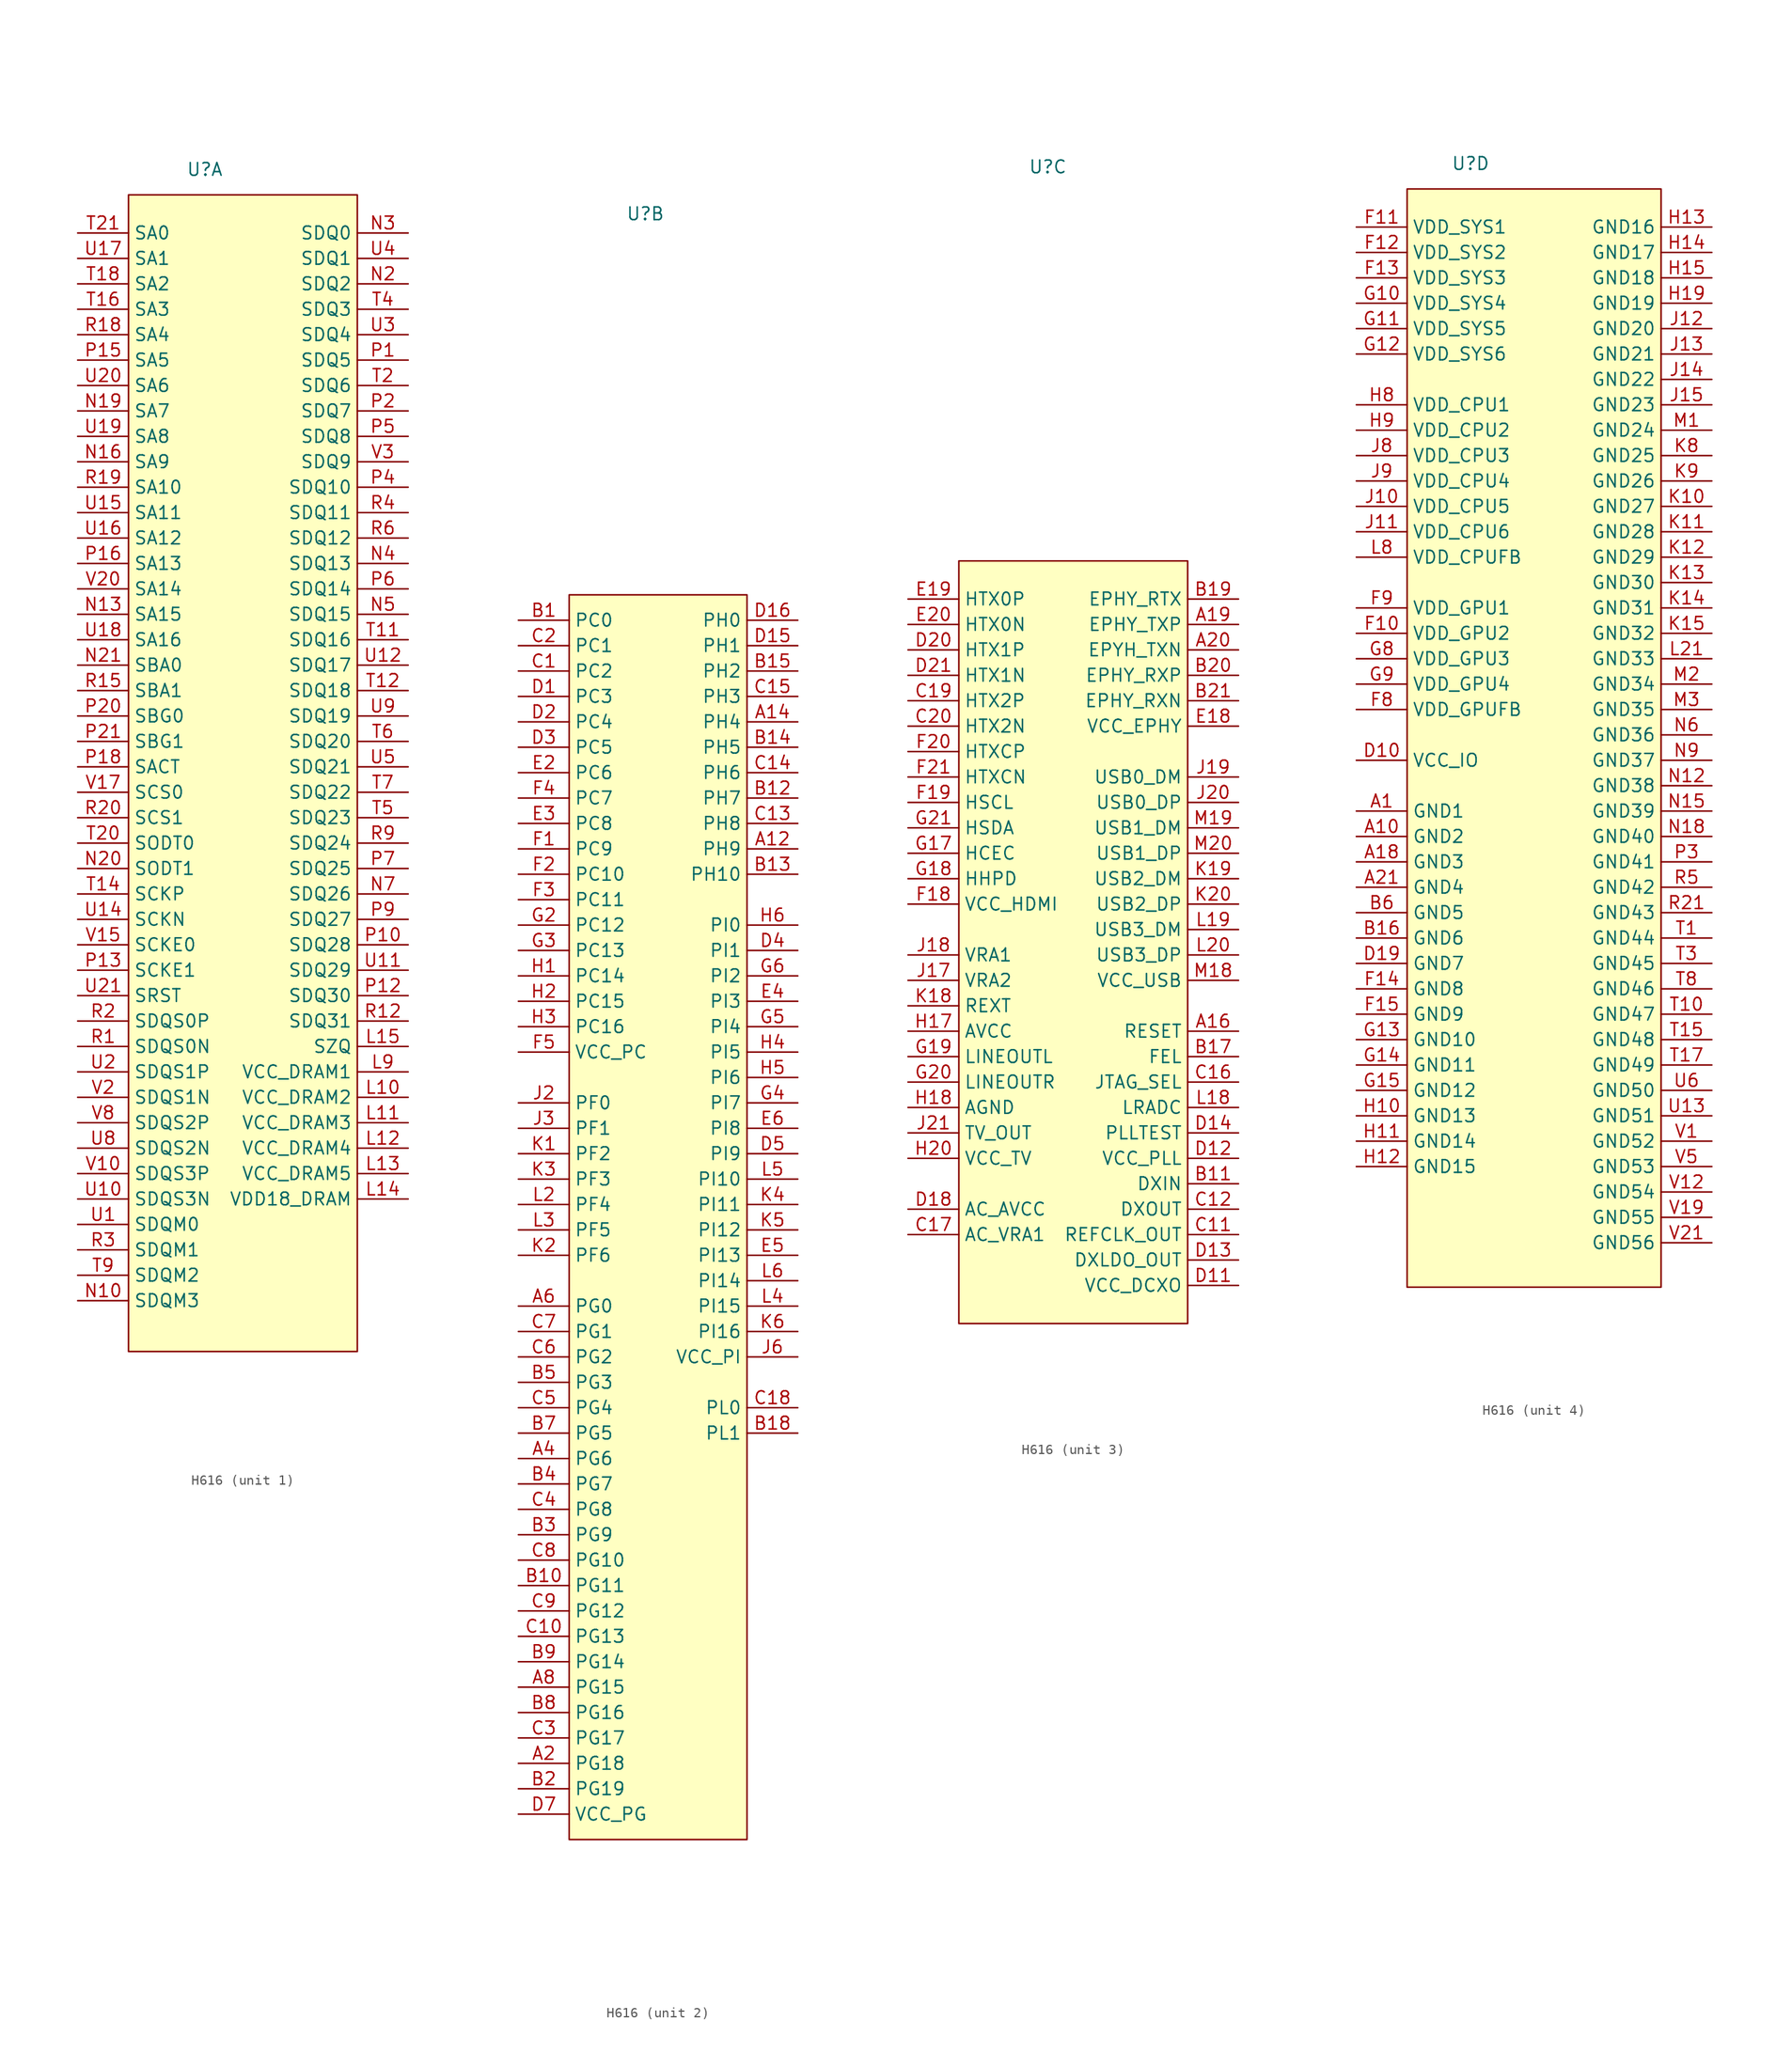
<source format=kicad_sym>
(kicad_symbol_lib
  (version 20220914)
  (generator kicad_symbol_editor)
  (symbol "H616"
    (property "Reference" "U"
      (at 0 0 0)
      (effects (font (size 1.27 1.27))))
    (property "Value" ""
      (at 0 0 0)
      (effects (font (size 1.27 1.27))))
    (property "ki_locked" ""
      (at 0 0 0)
      (effects (font (size 1.27 1.27))))
    (symbol "H616_1_1"
      (rectangle (start -7.62 -2.54) (end 15.24 -118.11) (stroke (width 0) (type default)) (fill (type background)))
      (pin input line (at 20.32 -92.71 180) (length 5.08) (name "VCC_DRAM2" (effects (font (size 1.27 1.27)))) (number "L10" (effects (font (size 1.27 1.27)))))
      (pin input line (at 20.32 -95.25 180) (length 5.08) (name "VCC_DRAM3" (effects (font (size 1.27 1.27)))) (number "L11" (effects (font (size 1.27 1.27)))))
      (pin input line (at 20.32 -97.79 180) (length 5.08) (name "VCC_DRAM4" (effects (font (size 1.27 1.27)))) (number "L12" (effects (font (size 1.27 1.27)))))
      (pin input line (at 20.32 -100.33 180) (length 5.08) (name "VCC_DRAM5" (effects (font (size 1.27 1.27)))) (number "L13" (effects (font (size 1.27 1.27)))))
      (pin input line (at 20.32 -102.87 180) (length 5.08) (name "VDD18_DRAM" (effects (font (size 1.27 1.27)))) (number "L14" (effects (font (size 1.27 1.27)))))
      (pin input line (at 20.32 -87.63 180) (length 5.08) (name "SZQ" (effects (font (size 1.27 1.27)))) (number "L15" (effects (font (size 1.27 1.27)))))
      (pin input line (at 20.32 -90.17 180) (length 5.08) (name "VCC_DRAM1" (effects (font (size 1.27 1.27)))) (number "L9" (effects (font (size 1.27 1.27)))))
      (pin input line (at -12.7 -113.03 0) (length 5.08) (name "SDQM3" (effects (font (size 1.27 1.27)))) (number "N10" (effects (font (size 1.27 1.27)))))
      (pin input line (at -12.7 -44.45 0) (length 5.08) (name "SA15" (effects (font (size 1.27 1.27)))) (number "N13" (effects (font (size 1.27 1.27)))))
      (pin input line (at -12.7 -29.21 0) (length 5.08) (name "SA9" (effects (font (size 1.27 1.27)))) (number "N16" (effects (font (size 1.27 1.27)))))
      (pin input line (at -12.7 -24.13 0) (length 5.08) (name "SA7" (effects (font (size 1.27 1.27)))) (number "N19" (effects (font (size 1.27 1.27)))))
      (pin input line (at 20.32 -11.43 180) (length 5.08) (name "SDQ2" (effects (font (size 1.27 1.27)))) (number "N2" (effects (font (size 1.27 1.27)))))
      (pin input line (at -12.7 -69.85 0) (length 5.08) (name "SODT1" (effects (font (size 1.27 1.27)))) (number "N20" (effects (font (size 1.27 1.27)))))
      (pin input line (at -12.7 -49.53 0) (length 5.08) (name "SBA0" (effects (font (size 1.27 1.27)))) (number "N21" (effects (font (size 1.27 1.27)))))
      (pin input line (at 20.32 -6.35 180) (length 5.08) (name "SDQ0" (effects (font (size 1.27 1.27)))) (number "N3" (effects (font (size 1.27 1.27)))))
      (pin input line (at 20.32 -39.37 180) (length 5.08) (name "SDQ13" (effects (font (size 1.27 1.27)))) (number "N4" (effects (font (size 1.27 1.27)))))
      (pin input line (at 20.32 -44.45 180) (length 5.08) (name "SDQ15" (effects (font (size 1.27 1.27)))) (number "N5" (effects (font (size 1.27 1.27)))))
      (pin input line (at 20.32 -72.39 180) (length 5.08) (name "SDQ26" (effects (font (size 1.27 1.27)))) (number "N7" (effects (font (size 1.27 1.27)))))
      (pin input line (at 20.32 -19.05 180) (length 5.08) (name "SDQ5" (effects (font (size 1.27 1.27)))) (number "P1" (effects (font (size 1.27 1.27)))))
      (pin input line (at 20.32 -77.47 180) (length 5.08) (name "SDQ28" (effects (font (size 1.27 1.27)))) (number "P10" (effects (font (size 1.27 1.27)))))
      (pin input line (at 20.32 -82.55 180) (length 5.08) (name "SDQ30" (effects (font (size 1.27 1.27)))) (number "P12" (effects (font (size 1.27 1.27)))))
      (pin input line (at -12.7 -80.01 0) (length 5.08) (name "SCKE1" (effects (font (size 1.27 1.27)))) (number "P13" (effects (font (size 1.27 1.27)))))
      (pin input line (at -12.7 -19.05 0) (length 5.08) (name "SA5" (effects (font (size 1.27 1.27)))) (number "P15" (effects (font (size 1.27 1.27)))))
      (pin input line (at -12.7 -39.37 0) (length 5.08) (name "SA13" (effects (font (size 1.27 1.27)))) (number "P16" (effects (font (size 1.27 1.27)))))
      (pin input line (at -12.7 -59.69 0) (length 5.08) (name "SACT" (effects (font (size 1.27 1.27)))) (number "P18" (effects (font (size 1.27 1.27)))))
      (pin input line (at 20.32 -24.13 180) (length 5.08) (name "SDQ7" (effects (font (size 1.27 1.27)))) (number "P2" (effects (font (size 1.27 1.27)))))
      (pin input line (at -12.7 -54.61 0) (length 5.08) (name "SBG0" (effects (font (size 1.27 1.27)))) (number "P20" (effects (font (size 1.27 1.27)))))
      (pin input line (at -12.7 -57.15 0) (length 5.08) (name "SBG1" (effects (font (size 1.27 1.27)))) (number "P21" (effects (font (size 1.27 1.27)))))
      (pin input line (at 20.32 -31.75 180) (length 5.08) (name "SDQ10" (effects (font (size 1.27 1.27)))) (number "P4" (effects (font (size 1.27 1.27)))))
      (pin input line (at 20.32 -26.67 180) (length 5.08) (name "SDQ8" (effects (font (size 1.27 1.27)))) (number "P5" (effects (font (size 1.27 1.27)))))
      (pin input line (at 20.32 -41.91 180) (length 5.08) (name "SDQ14" (effects (font (size 1.27 1.27)))) (number "P6" (effects (font (size 1.27 1.27)))))
      (pin input line (at 20.32 -69.85 180) (length 5.08) (name "SDQ25" (effects (font (size 1.27 1.27)))) (number "P7" (effects (font (size 1.27 1.27)))))
      (pin input line (at 20.32 -74.93 180) (length 5.08) (name "SDQ27" (effects (font (size 1.27 1.27)))) (number "P9" (effects (font (size 1.27 1.27)))))
      (pin input line (at -12.7 -87.63 0) (length 5.08) (name "SDQS0N" (effects (font (size 1.27 1.27)))) (number "R1" (effects (font (size 1.27 1.27)))))
      (pin input line (at 20.32 -85.09 180) (length 5.08) (name "SDQ31" (effects (font (size 1.27 1.27)))) (number "R12" (effects (font (size 1.27 1.27)))))
      (pin input line (at -12.7 -52.07 0) (length 5.08) (name "SBA1" (effects (font (size 1.27 1.27)))) (number "R15" (effects (font (size 1.27 1.27)))))
      (pin input line (at -12.7 -16.51 0) (length 5.08) (name "SA4" (effects (font (size 1.27 1.27)))) (number "R18" (effects (font (size 1.27 1.27)))))
      (pin input line (at -12.7 -31.75 0) (length 5.08) (name "SA10" (effects (font (size 1.27 1.27)))) (number "R19" (effects (font (size 1.27 1.27)))))
      (pin input line (at -12.7 -85.09 0) (length 5.08) (name "SDQS0P" (effects (font (size 1.27 1.27)))) (number "R2" (effects (font (size 1.27 1.27)))))
      (pin input line (at -12.7 -64.77 0) (length 5.08) (name "SCS1" (effects (font (size 1.27 1.27)))) (number "R20" (effects (font (size 1.27 1.27)))))
      (pin input line (at -12.7 -107.95 0) (length 5.08) (name "SDQM1" (effects (font (size 1.27 1.27)))) (number "R3" (effects (font (size 1.27 1.27)))))
      (pin input line (at 20.32 -34.29 180) (length 5.08) (name "SDQ11" (effects (font (size 1.27 1.27)))) (number "R4" (effects (font (size 1.27 1.27)))))
      (pin input line (at 20.32 -36.83 180) (length 5.08) (name "SDQ12" (effects (font (size 1.27 1.27)))) (number "R6" (effects (font (size 1.27 1.27)))))
      (pin input line (at 20.32 -67.31 180) (length 5.08) (name "SDQ24" (effects (font (size 1.27 1.27)))) (number "R9" (effects (font (size 1.27 1.27)))))
      (pin input line (at 20.32 -46.99 180) (length 5.08) (name "SDQ16" (effects (font (size 1.27 1.27)))) (number "T11" (effects (font (size 1.27 1.27)))))
      (pin input line (at 20.32 -52.07 180) (length 5.08) (name "SDQ18" (effects (font (size 1.27 1.27)))) (number "T12" (effects (font (size 1.27 1.27)))))
      (pin input line (at -12.7 -72.39 0) (length 5.08) (name "SCKP" (effects (font (size 1.27 1.27)))) (number "T14" (effects (font (size 1.27 1.27)))))
      (pin input line (at -12.7 -13.97 0) (length 5.08) (name "SA3" (effects (font (size 1.27 1.27)))) (number "T16" (effects (font (size 1.27 1.27)))))
      (pin input line (at -12.7 -11.43 0) (length 5.08) (name "SA2" (effects (font (size 1.27 1.27)))) (number "T18" (effects (font (size 1.27 1.27)))))
      (pin input line (at 20.32 -21.59 180) (length 5.08) (name "SDQ6" (effects (font (size 1.27 1.27)))) (number "T2" (effects (font (size 1.27 1.27)))))
      (pin input line (at -12.7 -67.31 0) (length 5.08) (name "SODT0" (effects (font (size 1.27 1.27)))) (number "T20" (effects (font (size 1.27 1.27)))))
      (pin input line (at -12.7 -6.35 0) (length 5.08) (name "SA0" (effects (font (size 1.27 1.27)))) (number "T21" (effects (font (size 1.27 1.27)))))
      (pin input line (at 20.32 -13.97 180) (length 5.08) (name "SDQ3" (effects (font (size 1.27 1.27)))) (number "T4" (effects (font (size 1.27 1.27)))))
      (pin input line (at 20.32 -64.77 180) (length 5.08) (name "SDQ23" (effects (font (size 1.27 1.27)))) (number "T5" (effects (font (size 1.27 1.27)))))
      (pin input line (at 20.32 -57.15 180) (length 5.08) (name "SDQ20" (effects (font (size 1.27 1.27)))) (number "T6" (effects (font (size 1.27 1.27)))))
      (pin input line (at 20.32 -62.23 180) (length 5.08) (name "SDQ22" (effects (font (size 1.27 1.27)))) (number "T7" (effects (font (size 1.27 1.27)))))
      (pin input line (at -12.7 -110.49 0) (length 5.08) (name "SDQM2" (effects (font (size 1.27 1.27)))) (number "T9" (effects (font (size 1.27 1.27)))))
      (pin input line (at -12.7 -105.41 0) (length 5.08) (name "SDQM0" (effects (font (size 1.27 1.27)))) (number "U1" (effects (font (size 1.27 1.27)))))
      (pin input line (at -12.7 -102.87 0) (length 5.08) (name "SDQS3N" (effects (font (size 1.27 1.27)))) (number "U10" (effects (font (size 1.27 1.27)))))
      (pin input line (at 20.32 -80.01 180) (length 5.08) (name "SDQ29" (effects (font (size 1.27 1.27)))) (number "U11" (effects (font (size 1.27 1.27)))))
      (pin input line (at 20.32 -49.53 180) (length 5.08) (name "SDQ17" (effects (font (size 1.27 1.27)))) (number "U12" (effects (font (size 1.27 1.27)))))
      (pin input line (at -12.7 -74.93 0) (length 5.08) (name "SCKN" (effects (font (size 1.27 1.27)))) (number "U14" (effects (font (size 1.27 1.27)))))
      (pin input line (at -12.7 -34.29 0) (length 5.08) (name "SA11" (effects (font (size 1.27 1.27)))) (number "U15" (effects (font (size 1.27 1.27)))))
      (pin input line (at -12.7 -36.83 0) (length 5.08) (name "SA12" (effects (font (size 1.27 1.27)))) (number "U16" (effects (font (size 1.27 1.27)))))
      (pin input line (at -12.7 -8.89 0) (length 5.08) (name "SA1" (effects (font (size 1.27 1.27)))) (number "U17" (effects (font (size 1.27 1.27)))))
      (pin input line (at -12.7 -46.99 0) (length 5.08) (name "SA16" (effects (font (size 1.27 1.27)))) (number "U18" (effects (font (size 1.27 1.27)))))
      (pin input line (at -12.7 -26.67 0) (length 5.08) (name "SA8" (effects (font (size 1.27 1.27)))) (number "U19" (effects (font (size 1.27 1.27)))))
      (pin input line (at -12.7 -90.17 0) (length 5.08) (name "SDQS1P" (effects (font (size 1.27 1.27)))) (number "U2" (effects (font (size 1.27 1.27)))))
      (pin input line (at -12.7 -21.59 0) (length 5.08) (name "SA6" (effects (font (size 1.27 1.27)))) (number "U20" (effects (font (size 1.27 1.27)))))
      (pin input line (at -12.7 -82.55 0) (length 5.08) (name "SRST" (effects (font (size 1.27 1.27)))) (number "U21" (effects (font (size 1.27 1.27)))))
      (pin input line (at 20.32 -16.51 180) (length 5.08) (name "SDQ4" (effects (font (size 1.27 1.27)))) (number "U3" (effects (font (size 1.27 1.27)))))
      (pin input line (at 20.32 -8.89 180) (length 5.08) (name "SDQ1" (effects (font (size 1.27 1.27)))) (number "U4" (effects (font (size 1.27 1.27)))))
      (pin input line (at 20.32 -59.69 180) (length 5.08) (name "SDQ21" (effects (font (size 1.27 1.27)))) (number "U5" (effects (font (size 1.27 1.27)))))
      (pin input line (at -12.7 -97.79 0) (length 5.08) (name "SDQS2N" (effects (font (size 1.27 1.27)))) (number "U8" (effects (font (size 1.27 1.27)))))
      (pin input line (at 20.32 -54.61 180) (length 5.08) (name "SDQ19" (effects (font (size 1.27 1.27)))) (number "U9" (effects (font (size 1.27 1.27)))))
      (pin input line (at -12.7 -100.33 0) (length 5.08) (name "SDQS3P" (effects (font (size 1.27 1.27)))) (number "V10" (effects (font (size 1.27 1.27)))))
      (pin input line (at -12.7 -77.47 0) (length 5.08) (name "SCKE0" (effects (font (size 1.27 1.27)))) (number "V15" (effects (font (size 1.27 1.27)))))
      (pin input line (at -12.7 -62.23 0) (length 5.08) (name "SCS0" (effects (font (size 1.27 1.27)))) (number "V17" (effects (font (size 1.27 1.27)))))
      (pin input line (at -12.7 -92.71 0) (length 5.08) (name "SDQS1N" (effects (font (size 1.27 1.27)))) (number "V2" (effects (font (size 1.27 1.27)))))
      (pin input line (at -12.7 -41.91 0) (length 5.08) (name "SA14" (effects (font (size 1.27 1.27)))) (number "V20" (effects (font (size 1.27 1.27)))))
      (pin input line (at 20.32 -29.21 180) (length 5.08) (name "SDQ9" (effects (font (size 1.27 1.27)))) (number "V3" (effects (font (size 1.27 1.27)))))
      (pin input line (at -12.7 -95.25 0) (length 5.08) (name "SDQS2P" (effects (font (size 1.27 1.27)))) (number "V8" (effects (font (size 1.27 1.27))))))
    (symbol "H616_2_1"
      (rectangle (start -7.62 -38.1) (end 10.16 -162.56) (stroke (width 0) (type default)) (fill (type background)))
      (pin input line (at 15.24 -63.5 180) (length 5.08) (name "PH9" (effects (font (size 1.27 1.27)))) (number "A12" (effects (font (size 1.27 1.27)))))
      (pin input line (at 15.24 -50.8 180) (length 5.08) (name "PH4" (effects (font (size 1.27 1.27)))) (number "A14" (effects (font (size 1.27 1.27)))))
      (pin input line (at -12.7 -154.94 0) (length 5.08) (name "PG18" (effects (font (size 1.27 1.27)))) (number "A2" (effects (font (size 1.27 1.27)))))
      (pin input line (at -12.7 -124.46 0) (length 5.08) (name "PG6" (effects (font (size 1.27 1.27)))) (number "A4" (effects (font (size 1.27 1.27)))))
      (pin input line (at -12.7 -109.22 0) (length 5.08) (name "PG0" (effects (font (size 1.27 1.27)))) (number "A6" (effects (font (size 1.27 1.27)))))
      (pin input line (at -12.7 -147.32 0) (length 5.08) (name "PG15" (effects (font (size 1.27 1.27)))) (number "A8" (effects (font (size 1.27 1.27)))))
      (pin input line (at -12.7 -40.64 0) (length 5.08) (name "PC0" (effects (font (size 1.27 1.27)))) (number "B1" (effects (font (size 1.27 1.27)))))
      (pin input line (at -12.7 -137.16 0) (length 5.08) (name "PG11" (effects (font (size 1.27 1.27)))) (number "B10" (effects (font (size 1.27 1.27)))))
      (pin input line (at 15.24 -58.42 180) (length 5.08) (name "PH7" (effects (font (size 1.27 1.27)))) (number "B12" (effects (font (size 1.27 1.27)))))
      (pin input line (at 15.24 -66.04 180) (length 5.08) (name "PH10" (effects (font (size 1.27 1.27)))) (number "B13" (effects (font (size 1.27 1.27)))))
      (pin input line (at 15.24 -53.34 180) (length 5.08) (name "PH5" (effects (font (size 1.27 1.27)))) (number "B14" (effects (font (size 1.27 1.27)))))
      (pin input line (at 15.24 -45.72 180) (length 5.08) (name "PH2" (effects (font (size 1.27 1.27)))) (number "B15" (effects (font (size 1.27 1.27)))))
      (pin input line (at 15.24 -121.92 180) (length 5.08) (name "PL1" (effects (font (size 1.27 1.27)))) (number "B18" (effects (font (size 1.27 1.27)))))
      (pin input line (at -12.7 -157.48 0) (length 5.08) (name "PG19" (effects (font (size 1.27 1.27)))) (number "B2" (effects (font (size 1.27 1.27)))))
      (pin input line (at -12.7 -132.08 0) (length 5.08) (name "PG9" (effects (font (size 1.27 1.27)))) (number "B3" (effects (font (size 1.27 1.27)))))
      (pin input line (at -12.7 -127 0) (length 5.08) (name "PG7" (effects (font (size 1.27 1.27)))) (number "B4" (effects (font (size 1.27 1.27)))))
      (pin input line (at -12.7 -116.84 0) (length 5.08) (name "PG3" (effects (font (size 1.27 1.27)))) (number "B5" (effects (font (size 1.27 1.27)))))
      (pin input line (at -12.7 -121.92 0) (length 5.08) (name "PG5" (effects (font (size 1.27 1.27)))) (number "B7" (effects (font (size 1.27 1.27)))))
      (pin input line (at -12.7 -149.86 0) (length 5.08) (name "PG16" (effects (font (size 1.27 1.27)))) (number "B8" (effects (font (size 1.27 1.27)))))
      (pin input line (at -12.7 -144.78 0) (length 5.08) (name "PG14" (effects (font (size 1.27 1.27)))) (number "B9" (effects (font (size 1.27 1.27)))))
      (pin input line (at -12.7 -45.72 0) (length 5.08) (name "PC2" (effects (font (size 1.27 1.27)))) (number "C1" (effects (font (size 1.27 1.27)))))
      (pin input line (at -12.7 -142.24 0) (length 5.08) (name "PG13" (effects (font (size 1.27 1.27)))) (number "C10" (effects (font (size 1.27 1.27)))))
      (pin input line (at 15.24 -60.96 180) (length 5.08) (name "PH8" (effects (font (size 1.27 1.27)))) (number "C13" (effects (font (size 1.27 1.27)))))
      (pin input line (at 15.24 -55.88 180) (length 5.08) (name "PH6" (effects (font (size 1.27 1.27)))) (number "C14" (effects (font (size 1.27 1.27)))))
      (pin input line (at 15.24 -48.26 180) (length 5.08) (name "PH3" (effects (font (size 1.27 1.27)))) (number "C15" (effects (font (size 1.27 1.27)))))
      (pin input line (at 15.24 -119.38 180) (length 5.08) (name "PL0" (effects (font (size 1.27 1.27)))) (number "C18" (effects (font (size 1.27 1.27)))))
      (pin input line (at -12.7 -43.18 0) (length 5.08) (name "PC1" (effects (font (size 1.27 1.27)))) (number "C2" (effects (font (size 1.27 1.27)))))
      (pin input line (at -12.7 -152.4 0) (length 5.08) (name "PG17" (effects (font (size 1.27 1.27)))) (number "C3" (effects (font (size 1.27 1.27)))))
      (pin input line (at -12.7 -129.54 0) (length 5.08) (name "PG8" (effects (font (size 1.27 1.27)))) (number "C4" (effects (font (size 1.27 1.27)))))
      (pin input line (at -12.7 -119.38 0) (length 5.08) (name "PG4" (effects (font (size 1.27 1.27)))) (number "C5" (effects (font (size 1.27 1.27)))))
      (pin input line (at -12.7 -114.3 0) (length 5.08) (name "PG2" (effects (font (size 1.27 1.27)))) (number "C6" (effects (font (size 1.27 1.27)))))
      (pin input line (at -12.7 -111.76 0) (length 5.08) (name "PG1" (effects (font (size 1.27 1.27)))) (number "C7" (effects (font (size 1.27 1.27)))))
      (pin input line (at -12.7 -134.62 0) (length 5.08) (name "PG10" (effects (font (size 1.27 1.27)))) (number "C8" (effects (font (size 1.27 1.27)))))
      (pin input line (at -12.7 -139.7 0) (length 5.08) (name "PG12" (effects (font (size 1.27 1.27)))) (number "C9" (effects (font (size 1.27 1.27)))))
      (pin input line (at -12.7 -48.26 0) (length 5.08) (name "PC3" (effects (font (size 1.27 1.27)))) (number "D1" (effects (font (size 1.27 1.27)))))
      (pin input line (at 15.24 -43.18 180) (length 5.08) (name "PH1" (effects (font (size 1.27 1.27)))) (number "D15" (effects (font (size 1.27 1.27)))))
      (pin input line (at 15.24 -40.64 180) (length 5.08) (name "PH0" (effects (font (size 1.27 1.27)))) (number "D16" (effects (font (size 1.27 1.27)))))
      (pin input line (at -12.7 -50.8 0) (length 5.08) (name "PC4" (effects (font (size 1.27 1.27)))) (number "D2" (effects (font (size 1.27 1.27)))))
      (pin input line (at -12.7 -53.34 0) (length 5.08) (name "PC5" (effects (font (size 1.27 1.27)))) (number "D3" (effects (font (size 1.27 1.27)))))
      (pin input line (at 15.24 -73.66 180) (length 5.08) (name "PI1" (effects (font (size 1.27 1.27)))) (number "D4" (effects (font (size 1.27 1.27)))))
      (pin input line (at 15.24 -93.98 180) (length 5.08) (name "PI9" (effects (font (size 1.27 1.27)))) (number "D5" (effects (font (size 1.27 1.27)))))
      (pin input line (at -12.7 -160.02 0) (length 5.08) (name "VCC_PG" (effects (font (size 1.27 1.27)))) (number "D7" (effects (font (size 1.27 1.27)))))
      (pin input line (at -12.7 -55.88 0) (length 5.08) (name "PC6" (effects (font (size 1.27 1.27)))) (number "E2" (effects (font (size 1.27 1.27)))))
      (pin input line (at -12.7 -60.96 0) (length 5.08) (name "PC8" (effects (font (size 1.27 1.27)))) (number "E3" (effects (font (size 1.27 1.27)))))
      (pin input line (at 15.24 -78.74 180) (length 5.08) (name "PI3" (effects (font (size 1.27 1.27)))) (number "E4" (effects (font (size 1.27 1.27)))))
      (pin input line (at 15.24 -104.14 180) (length 5.08) (name "PI13" (effects (font (size 1.27 1.27)))) (number "E5" (effects (font (size 1.27 1.27)))))
      (pin input line (at 15.24 -91.44 180) (length 5.08) (name "PI8" (effects (font (size 1.27 1.27)))) (number "E6" (effects (font (size 1.27 1.27)))))
      (pin input line (at -12.7 -63.5 0) (length 5.08) (name "PC9" (effects (font (size 1.27 1.27)))) (number "F1" (effects (font (size 1.27 1.27)))))
      (pin input line (at -12.7 -66.04 0) (length 5.08) (name "PC10" (effects (font (size 1.27 1.27)))) (number "F2" (effects (font (size 1.27 1.27)))))
      (pin input line (at -12.7 -68.58 0) (length 5.08) (name "PC11" (effects (font (size 1.27 1.27)))) (number "F3" (effects (font (size 1.27 1.27)))))
      (pin input line (at -12.7 -58.42 0) (length 5.08) (name "PC7" (effects (font (size 1.27 1.27)))) (number "F4" (effects (font (size 1.27 1.27)))))
      (pin input line (at -12.7 -83.82 0) (length 5.08) (name "VCC_PC" (effects (font (size 1.27 1.27)))) (number "F5" (effects (font (size 1.27 1.27)))))
      (pin input line (at -12.7 -71.12 0) (length 5.08) (name "PC12" (effects (font (size 1.27 1.27)))) (number "G2" (effects (font (size 1.27 1.27)))))
      (pin input line (at -12.7 -73.66 0) (length 5.08) (name "PC13" (effects (font (size 1.27 1.27)))) (number "G3" (effects (font (size 1.27 1.27)))))
      (pin input line (at 15.24 -88.9 180) (length 5.08) (name "PI7" (effects (font (size 1.27 1.27)))) (number "G4" (effects (font (size 1.27 1.27)))))
      (pin input line (at 15.24 -81.28 180) (length 5.08) (name "PI4" (effects (font (size 1.27 1.27)))) (number "G5" (effects (font (size 1.27 1.27)))))
      (pin input line (at 15.24 -76.2 180) (length 5.08) (name "PI2" (effects (font (size 1.27 1.27)))) (number "G6" (effects (font (size 1.27 1.27)))))
      (pin input line (at -12.7 -76.2 0) (length 5.08) (name "PC14" (effects (font (size 1.27 1.27)))) (number "H1" (effects (font (size 1.27 1.27)))))
      (pin input line (at -12.7 -78.74 0) (length 5.08) (name "PC15" (effects (font (size 1.27 1.27)))) (number "H2" (effects (font (size 1.27 1.27)))))
      (pin input line (at -12.7 -81.28 0) (length 5.08) (name "PC16" (effects (font (size 1.27 1.27)))) (number "H3" (effects (font (size 1.27 1.27)))))
      (pin input line (at 15.24 -83.82 180) (length 5.08) (name "PI5" (effects (font (size 1.27 1.27)))) (number "H4" (effects (font (size 1.27 1.27)))))
      (pin input line (at 15.24 -86.36 180) (length 5.08) (name "PI6" (effects (font (size 1.27 1.27)))) (number "H5" (effects (font (size 1.27 1.27)))))
      (pin input line (at 15.24 -71.12 180) (length 5.08) (name "PI0" (effects (font (size 1.27 1.27)))) (number "H6" (effects (font (size 1.27 1.27)))))
      (pin input line (at -12.7 -88.9 0) (length 5.08) (name "PF0" (effects (font (size 1.27 1.27)))) (number "J2" (effects (font (size 1.27 1.27)))))
      (pin input line (at -12.7 -91.44 0) (length 5.08) (name "PF1" (effects (font (size 1.27 1.27)))) (number "J3" (effects (font (size 1.27 1.27)))))
      (pin input line (at 15.24 -114.3 180) (length 5.08) (name "VCC_PI" (effects (font (size 1.27 1.27)))) (number "J6" (effects (font (size 1.27 1.27)))))
      (pin input line (at -12.7 -93.98 0) (length 5.08) (name "PF2" (effects (font (size 1.27 1.27)))) (number "K1" (effects (font (size 1.27 1.27)))))
      (pin input line (at -12.7 -104.14 0) (length 5.08) (name "PF6" (effects (font (size 1.27 1.27)))) (number "K2" (effects (font (size 1.27 1.27)))))
      (pin input line (at -12.7 -96.52 0) (length 5.08) (name "PF3" (effects (font (size 1.27 1.27)))) (number "K3" (effects (font (size 1.27 1.27)))))
      (pin input line (at 15.24 -99.06 180) (length 5.08) (name "PI11" (effects (font (size 1.27 1.27)))) (number "K4" (effects (font (size 1.27 1.27)))))
      (pin input line (at 15.24 -101.6 180) (length 5.08) (name "PI12" (effects (font (size 1.27 1.27)))) (number "K5" (effects (font (size 1.27 1.27)))))
      (pin input line (at 15.24 -111.76 180) (length 5.08) (name "PI16" (effects (font (size 1.27 1.27)))) (number "K6" (effects (font (size 1.27 1.27)))))
      (pin input line (at -12.7 -99.06 0) (length 5.08) (name "PF4" (effects (font (size 1.27 1.27)))) (number "L2" (effects (font (size 1.27 1.27)))))
      (pin input line (at -12.7 -101.6 0) (length 5.08) (name "PF5" (effects (font (size 1.27 1.27)))) (number "L3" (effects (font (size 1.27 1.27)))))
      (pin input line (at 15.24 -109.22 180) (length 5.08) (name "PI15" (effects (font (size 1.27 1.27)))) (number "L4" (effects (font (size 1.27 1.27)))))
      (pin input line (at 15.24 -96.52 180) (length 5.08) (name "PI10" (effects (font (size 1.27 1.27)))) (number "L5" (effects (font (size 1.27 1.27)))))
      (pin input line (at 15.24 -106.68 180) (length 5.08) (name "PI14" (effects (font (size 1.27 1.27)))) (number "L6" (effects (font (size 1.27 1.27))))))
    (symbol "H616_3_1"
      (rectangle (start -8.89 -39.37) (end 13.97 -115.57) (stroke (width 0) (type default)) (fill (type background)))
      (pin input line (at 19.05 -86.36 180) (length 5.08) (name "RESET" (effects (font (size 1.27 1.27)))) (number "A16" (effects (font (size 1.27 1.27)))))
      (pin input line (at 19.05 -45.72 180) (length 5.08) (name "EPHY_TXP" (effects (font (size 1.27 1.27)))) (number "A19" (effects (font (size 1.27 1.27)))))
      (pin input line (at 19.05 -48.26 180) (length 5.08) (name "EPYH_TXN" (effects (font (size 1.27 1.27)))) (number "A20" (effects (font (size 1.27 1.27)))))
      (pin input line (at 19.05 -101.6 180) (length 5.08) (name "DXIN" (effects (font (size 1.27 1.27)))) (number "B11" (effects (font (size 1.27 1.27)))))
      (pin input line (at 19.05 -88.9 180) (length 5.08) (name "FEL" (effects (font (size 1.27 1.27)))) (number "B17" (effects (font (size 1.27 1.27)))))
      (pin input line (at 19.05 -43.18 180) (length 5.08) (name "EPHY_RTX" (effects (font (size 1.27 1.27)))) (number "B19" (effects (font (size 1.27 1.27)))))
      (pin input line (at 19.05 -50.8 180) (length 5.08) (name "EPHY_RXP" (effects (font (size 1.27 1.27)))) (number "B20" (effects (font (size 1.27 1.27)))))
      (pin input line (at 19.05 -53.34 180) (length 5.08) (name "EPHY_RXN" (effects (font (size 1.27 1.27)))) (number "B21" (effects (font (size 1.27 1.27)))))
      (pin input line (at 19.05 -106.68 180) (length 5.08) (name "REFCLK_OUT" (effects (font (size 1.27 1.27)))) (number "C11" (effects (font (size 1.27 1.27)))))
      (pin input line (at 19.05 -104.14 180) (length 5.08) (name "DXOUT" (effects (font (size 1.27 1.27)))) (number "C12" (effects (font (size 1.27 1.27)))))
      (pin input line (at 19.05 -91.44 180) (length 5.08) (name "JTAG_SEL" (effects (font (size 1.27 1.27)))) (number "C16" (effects (font (size 1.27 1.27)))))
      (pin input line (at -13.97 -106.68 0) (length 5.08) (name "AC_VRA1" (effects (font (size 1.27 1.27)))) (number "C17" (effects (font (size 1.27 1.27)))))
      (pin input line (at -13.97 -53.34 0) (length 5.08) (name "HTX2P" (effects (font (size 1.27 1.27)))) (number "C19" (effects (font (size 1.27 1.27)))))
      (pin input line (at -13.97 -55.88 0) (length 5.08) (name "HTX2N" (effects (font (size 1.27 1.27)))) (number "C20" (effects (font (size 1.27 1.27)))))
      (pin input line (at 19.05 -111.76 180) (length 5.08) (name "VCC_DCXO" (effects (font (size 1.27 1.27)))) (number "D11" (effects (font (size 1.27 1.27)))))
      (pin input line (at 19.05 -99.06 180) (length 5.08) (name "VCC_PLL" (effects (font (size 1.27 1.27)))) (number "D12" (effects (font (size 1.27 1.27)))))
      (pin input line (at 19.05 -109.22 180) (length 5.08) (name "DXLDO_OUT" (effects (font (size 1.27 1.27)))) (number "D13" (effects (font (size 1.27 1.27)))))
      (pin input line (at 19.05 -96.52 180) (length 5.08) (name "PLLTEST" (effects (font (size 1.27 1.27)))) (number "D14" (effects (font (size 1.27 1.27)))))
      (pin input line (at -13.97 -104.14 0) (length 5.08) (name "AC_AVCC" (effects (font (size 1.27 1.27)))) (number "D18" (effects (font (size 1.27 1.27)))))
      (pin input line (at -13.97 -48.26 0) (length 5.08) (name "HTX1P" (effects (font (size 1.27 1.27)))) (number "D20" (effects (font (size 1.27 1.27)))))
      (pin input line (at -13.97 -50.8 0) (length 5.08) (name "HTX1N" (effects (font (size 1.27 1.27)))) (number "D21" (effects (font (size 1.27 1.27)))))
      (pin input line (at 19.05 -55.88 180) (length 5.08) (name "VCC_EPHY" (effects (font (size 1.27 1.27)))) (number "E18" (effects (font (size 1.27 1.27)))))
      (pin input line (at -13.97 -43.18 0) (length 5.08) (name "HTX0P" (effects (font (size 1.27 1.27)))) (number "E19" (effects (font (size 1.27 1.27)))))
      (pin input line (at -13.97 -45.72 0) (length 5.08) (name "HTX0N" (effects (font (size 1.27 1.27)))) (number "E20" (effects (font (size 1.27 1.27)))))
      (pin input line (at -13.97 -73.66 0) (length 5.08) (name "VCC_HDMI" (effects (font (size 1.27 1.27)))) (number "F18" (effects (font (size 1.27 1.27)))))
      (pin input line (at -13.97 -63.5 0) (length 5.08) (name "HSCL" (effects (font (size 1.27 1.27)))) (number "F19" (effects (font (size 1.27 1.27)))))
      (pin input line (at -13.97 -58.42 0) (length 5.08) (name "HTXCP" (effects (font (size 1.27 1.27)))) (number "F20" (effects (font (size 1.27 1.27)))))
      (pin input line (at -13.97 -60.96 0) (length 5.08) (name "HTXCN" (effects (font (size 1.27 1.27)))) (number "F21" (effects (font (size 1.27 1.27)))))
      (pin input line (at -13.97 -68.58 0) (length 5.08) (name "HCEC" (effects (font (size 1.27 1.27)))) (number "G17" (effects (font (size 1.27 1.27)))))
      (pin input line (at -13.97 -71.12 0) (length 5.08) (name "HHPD" (effects (font (size 1.27 1.27)))) (number "G18" (effects (font (size 1.27 1.27)))))
      (pin input line (at -13.97 -88.9 0) (length 5.08) (name "LINEOUTL" (effects (font (size 1.27 1.27)))) (number "G19" (effects (font (size 1.27 1.27)))))
      (pin input line (at -13.97 -91.44 0) (length 5.08) (name "LINEOUTR" (effects (font (size 1.27 1.27)))) (number "G20" (effects (font (size 1.27 1.27)))))
      (pin input line (at -13.97 -66.04 0) (length 5.08) (name "HSDA" (effects (font (size 1.27 1.27)))) (number "G21" (effects (font (size 1.27 1.27)))))
      (pin input line (at -13.97 -86.36 0) (length 5.08) (name "AVCC" (effects (font (size 1.27 1.27)))) (number "H17" (effects (font (size 1.27 1.27)))))
      (pin input line (at -13.97 -93.98 0) (length 5.08) (name "AGND" (effects (font (size 1.27 1.27)))) (number "H18" (effects (font (size 1.27 1.27)))))
      (pin input line (at -13.97 -99.06 0) (length 5.08) (name "VCC_TV" (effects (font (size 1.27 1.27)))) (number "H20" (effects (font (size 1.27 1.27)))))
      (pin input line (at -13.97 -81.28 0) (length 5.08) (name "VRA2" (effects (font (size 1.27 1.27)))) (number "J17" (effects (font (size 1.27 1.27)))))
      (pin input line (at -13.97 -78.74 0) (length 5.08) (name "VRA1" (effects (font (size 1.27 1.27)))) (number "J18" (effects (font (size 1.27 1.27)))))
      (pin input line (at 19.05 -60.96 180) (length 5.08) (name "USB0_DM" (effects (font (size 1.27 1.27)))) (number "J19" (effects (font (size 1.27 1.27)))))
      (pin input line (at 19.05 -63.5 180) (length 5.08) (name "USB0_DP" (effects (font (size 1.27 1.27)))) (number "J20" (effects (font (size 1.27 1.27)))))
      (pin input line (at -13.97 -96.52 0) (length 5.08) (name "TV_OUT" (effects (font (size 1.27 1.27)))) (number "J21" (effects (font (size 1.27 1.27)))))
      (pin input line (at -13.97 -83.82 0) (length 5.08) (name "REXT" (effects (font (size 1.27 1.27)))) (number "K18" (effects (font (size 1.27 1.27)))))
      (pin input line (at 19.05 -71.12 180) (length 5.08) (name "USB2_DM" (effects (font (size 1.27 1.27)))) (number "K19" (effects (font (size 1.27 1.27)))))
      (pin input line (at 19.05 -73.66 180) (length 5.08) (name "USB2_DP" (effects (font (size 1.27 1.27)))) (number "K20" (effects (font (size 1.27 1.27)))))
      (pin input line (at 19.05 -93.98 180) (length 5.08) (name "LRADC" (effects (font (size 1.27 1.27)))) (number "L18" (effects (font (size 1.27 1.27)))))
      (pin input line (at 19.05 -76.2 180) (length 5.08) (name "USB3_DM" (effects (font (size 1.27 1.27)))) (number "L19" (effects (font (size 1.27 1.27)))))
      (pin input line (at 19.05 -78.74 180) (length 5.08) (name "USB3_DP" (effects (font (size 1.27 1.27)))) (number "L20" (effects (font (size 1.27 1.27)))))
      (pin input line (at 19.05 -81.28 180) (length 5.08) (name "VCC_USB" (effects (font (size 1.27 1.27)))) (number "M18" (effects (font (size 1.27 1.27)))))
      (pin input line (at 19.05 -66.04 180) (length 5.08) (name "USB1_DM" (effects (font (size 1.27 1.27)))) (number "M19" (effects (font (size 1.27 1.27)))))
      (pin input line (at 19.05 -68.58 180) (length 5.08) (name "USB1_DP" (effects (font (size 1.27 1.27)))) (number "M20" (effects (font (size 1.27 1.27))))))
    (symbol "H616_4_1"
      (rectangle (start -6.35 -2.54) (end 19.05 -112.395) (stroke (width 0) (type default)) (fill (type background)))
      (pin input line (at -11.43 -64.77 0) (length 5.08) (name "GND1" (effects (font (size 1.27 1.27)))) (number "A1" (effects (font (size 1.27 1.27)))))
      (pin input line (at -11.43 -67.31 0) (length 5.08) (name "GND2" (effects (font (size 1.27 1.27)))) (number "A10" (effects (font (size 1.27 1.27)))))
      (pin input line (at -11.43 -69.85 0) (length 5.08) (name "GND3" (effects (font (size 1.27 1.27)))) (number "A18" (effects (font (size 1.27 1.27)))))
      (pin input line (at -11.43 -72.39 0) (length 5.08) (name "GND4" (effects (font (size 1.27 1.27)))) (number "A21" (effects (font (size 1.27 1.27)))))
      (pin input line (at -11.43 -77.47 0) (length 5.08) (name "GND6" (effects (font (size 1.27 1.27)))) (number "B16" (effects (font (size 1.27 1.27)))))
      (pin input line (at -11.43 -74.93 0) (length 5.08) (name "GND5" (effects (font (size 1.27 1.27)))) (number "B6" (effects (font (size 1.27 1.27)))))
      (pin input line (at -11.43 -59.69 0) (length 5.08) (name "VCC_IO" (effects (font (size 1.27 1.27)))) (number "D10" (effects (font (size 1.27 1.27)))))
      (pin input line (at -11.43 -80.01 0) (length 5.08) (name "GND7" (effects (font (size 1.27 1.27)))) (number "D19" (effects (font (size 1.27 1.27)))))
      (pin input line (at -11.43 -46.99 0) (length 5.08) (name "VDD_GPU2" (effects (font (size 1.27 1.27)))) (number "F10" (effects (font (size 1.27 1.27)))))
      (pin input line (at -11.43 -6.35 0) (length 5.08) (name "VDD_SYS1" (effects (font (size 1.27 1.27)))) (number "F11" (effects (font (size 1.27 1.27)))))
      (pin input line (at -11.43 -8.89 0) (length 5.08) (name "VDD_SYS2" (effects (font (size 1.27 1.27)))) (number "F12" (effects (font (size 1.27 1.27)))))
      (pin input line (at -11.43 -11.43 0) (length 5.08) (name "VDD_SYS3" (effects (font (size 1.27 1.27)))) (number "F13" (effects (font (size 1.27 1.27)))))
      (pin input line (at -11.43 -82.55 0) (length 5.08) (name "GND8" (effects (font (size 1.27 1.27)))) (number "F14" (effects (font (size 1.27 1.27)))))
      (pin input line (at -11.43 -85.09 0) (length 5.08) (name "GND9" (effects (font (size 1.27 1.27)))) (number "F15" (effects (font (size 1.27 1.27)))))
      (pin input line (at -11.43 -54.61 0) (length 5.08) (name "VDD_GPUFB" (effects (font (size 1.27 1.27)))) (number "F8" (effects (font (size 1.27 1.27)))))
      (pin input line (at -11.43 -44.45 0) (length 5.08) (name "VDD_GPU1" (effects (font (size 1.27 1.27)))) (number "F9" (effects (font (size 1.27 1.27)))))
      (pin input line (at -11.43 -13.97 0) (length 5.08) (name "VDD_SYS4" (effects (font (size 1.27 1.27)))) (number "G10" (effects (font (size 1.27 1.27)))))
      (pin input line (at -11.43 -16.51 0) (length 5.08) (name "VDD_SYS5" (effects (font (size 1.27 1.27)))) (number "G11" (effects (font (size 1.27 1.27)))))
      (pin input line (at -11.43 -19.05 0) (length 5.08) (name "VDD_SYS6" (effects (font (size 1.27 1.27)))) (number "G12" (effects (font (size 1.27 1.27)))))
      (pin input line (at -11.43 -87.63 0) (length 5.08) (name "GND10" (effects (font (size 1.27 1.27)))) (number "G13" (effects (font (size 1.27 1.27)))))
      (pin input line (at -11.43 -90.17 0) (length 5.08) (name "GND11" (effects (font (size 1.27 1.27)))) (number "G14" (effects (font (size 1.27 1.27)))))
      (pin input line (at -11.43 -92.71 0) (length 5.08) (name "GND12" (effects (font (size 1.27 1.27)))) (number "G15" (effects (font (size 1.27 1.27)))))
      (pin input line (at -11.43 -49.53 0) (length 5.08) (name "VDD_GPU3" (effects (font (size 1.27 1.27)))) (number "G8" (effects (font (size 1.27 1.27)))))
      (pin input line (at -11.43 -52.07 0) (length 5.08) (name "VDD_GPU4" (effects (font (size 1.27 1.27)))) (number "G9" (effects (font (size 1.27 1.27)))))
      (pin input line (at -11.43 -95.25 0) (length 5.08) (name "GND13" (effects (font (size 1.27 1.27)))) (number "H10" (effects (font (size 1.27 1.27)))))
      (pin input line (at -11.43 -97.79 0) (length 5.08) (name "GND14" (effects (font (size 1.27 1.27)))) (number "H11" (effects (font (size 1.27 1.27)))))
      (pin input line (at -11.43 -100.33 0) (length 5.08) (name "GND15" (effects (font (size 1.27 1.27)))) (number "H12" (effects (font (size 1.27 1.27)))))
      (pin input line (at 24.13 -6.35 180) (length 5.08) (name "GND16" (effects (font (size 1.27 1.27)))) (number "H13" (effects (font (size 1.27 1.27)))))
      (pin input line (at 24.13 -8.89 180) (length 5.08) (name "GND17" (effects (font (size 1.27 1.27)))) (number "H14" (effects (font (size 1.27 1.27)))))
      (pin input line (at 24.13 -11.43 180) (length 5.08) (name "GND18" (effects (font (size 1.27 1.27)))) (number "H15" (effects (font (size 1.27 1.27)))))
      (pin input line (at 24.13 -13.97 180) (length 5.08) (name "GND19" (effects (font (size 1.27 1.27)))) (number "H19" (effects (font (size 1.27 1.27)))))
      (pin input line (at -11.43 -24.13 0) (length 5.08) (name "VDD_CPU1" (effects (font (size 1.27 1.27)))) (number "H8" (effects (font (size 1.27 1.27)))))
      (pin input line (at -11.43 -26.67 0) (length 5.08) (name "VDD_CPU2" (effects (font (size 1.27 1.27)))) (number "H9" (effects (font (size 1.27 1.27)))))
      (pin input line (at -11.43 -34.29 0) (length 5.08) (name "VDD_CPU5" (effects (font (size 1.27 1.27)))) (number "J10" (effects (font (size 1.27 1.27)))))
      (pin input line (at -11.43 -36.83 0) (length 5.08) (name "VDD_CPU6" (effects (font (size 1.27 1.27)))) (number "J11" (effects (font (size 1.27 1.27)))))
      (pin input line (at 24.13 -16.51 180) (length 5.08) (name "GND20" (effects (font (size 1.27 1.27)))) (number "J12" (effects (font (size 1.27 1.27)))))
      (pin input line (at 24.13 -19.05 180) (length 5.08) (name "GND21" (effects (font (size 1.27 1.27)))) (number "J13" (effects (font (size 1.27 1.27)))))
      (pin input line (at 24.13 -21.59 180) (length 5.08) (name "GND22" (effects (font (size 1.27 1.27)))) (number "J14" (effects (font (size 1.27 1.27)))))
      (pin input line (at 24.13 -24.13 180) (length 5.08) (name "GND23" (effects (font (size 1.27 1.27)))) (number "J15" (effects (font (size 1.27 1.27)))))
      (pin input line (at -11.43 -29.21 0) (length 5.08) (name "VDD_CPU3" (effects (font (size 1.27 1.27)))) (number "J8" (effects (font (size 1.27 1.27)))))
      (pin input line (at -11.43 -31.75 0) (length 5.08) (name "VDD_CPU4" (effects (font (size 1.27 1.27)))) (number "J9" (effects (font (size 1.27 1.27)))))
      (pin input line (at 24.13 -34.29 180) (length 5.08) (name "GND27" (effects (font (size 1.27 1.27)))) (number "K10" (effects (font (size 1.27 1.27)))))
      (pin input line (at 24.13 -36.83 180) (length 5.08) (name "GND28" (effects (font (size 1.27 1.27)))) (number "K11" (effects (font (size 1.27 1.27)))))
      (pin input line (at 24.13 -39.37 180) (length 5.08) (name "GND29" (effects (font (size 1.27 1.27)))) (number "K12" (effects (font (size 1.27 1.27)))))
      (pin input line (at 24.13 -41.91 180) (length 5.08) (name "GND30" (effects (font (size 1.27 1.27)))) (number "K13" (effects (font (size 1.27 1.27)))))
      (pin input line (at 24.13 -44.45 180) (length 5.08) (name "GND31" (effects (font (size 1.27 1.27)))) (number "K14" (effects (font (size 1.27 1.27)))))
      (pin input line (at 24.13 -46.99 180) (length 5.08) (name "GND32" (effects (font (size 1.27 1.27)))) (number "K15" (effects (font (size 1.27 1.27)))))
      (pin input line (at 24.13 -29.21 180) (length 5.08) (name "GND25" (effects (font (size 1.27 1.27)))) (number "K8" (effects (font (size 1.27 1.27)))))
      (pin input line (at 24.13 -31.75 180) (length 5.08) (name "GND26" (effects (font (size 1.27 1.27)))) (number "K9" (effects (font (size 1.27 1.27)))))
      (pin input line (at 24.13 -49.53 180) (length 5.08) (name "GND33" (effects (font (size 1.27 1.27)))) (number "L21" (effects (font (size 1.27 1.27)))))
      (pin input line (at -11.43 -39.37 0) (length 5.08) (name "VDD_CPUFB" (effects (font (size 1.27 1.27)))) (number "L8" (effects (font (size 1.27 1.27)))))
      (pin input line (at 24.13 -26.67 180) (length 5.08) (name "GND24" (effects (font (size 1.27 1.27)))) (number "M1" (effects (font (size 1.27 1.27)))))
      (pin input line (at 24.13 -52.07 180) (length 5.08) (name "GND34" (effects (font (size 1.27 1.27)))) (number "M2" (effects (font (size 1.27 1.27)))))
      (pin input line (at 24.13 -54.61 180) (length 5.08) (name "GND35" (effects (font (size 1.27 1.27)))) (number "M3" (effects (font (size 1.27 1.27)))))
      (pin input line (at 24.13 -62.23 180) (length 5.08) (name "GND38" (effects (font (size 1.27 1.27)))) (number "N12" (effects (font (size 1.27 1.27)))))
      (pin input line (at 24.13 -64.77 180) (length 5.08) (name "GND39" (effects (font (size 1.27 1.27)))) (number "N15" (effects (font (size 1.27 1.27)))))
      (pin input line (at 24.13 -67.31 180) (length 5.08) (name "GND40" (effects (font (size 1.27 1.27)))) (number "N18" (effects (font (size 1.27 1.27)))))
      (pin input line (at 24.13 -57.15 180) (length 5.08) (name "GND36" (effects (font (size 1.27 1.27)))) (number "N6" (effects (font (size 1.27 1.27)))))
      (pin input line (at 24.13 -59.69 180) (length 5.08) (name "GND37" (effects (font (size 1.27 1.27)))) (number "N9" (effects (font (size 1.27 1.27)))))
      (pin input line (at 24.13 -69.85 180) (length 5.08) (name "GND41" (effects (font (size 1.27 1.27)))) (number "P3" (effects (font (size 1.27 1.27)))))
      (pin input line (at 24.13 -74.93 180) (length 5.08) (name "GND43" (effects (font (size 1.27 1.27)))) (number "R21" (effects (font (size 1.27 1.27)))))
      (pin input line (at 24.13 -72.39 180) (length 5.08) (name "GND42" (effects (font (size 1.27 1.27)))) (number "R5" (effects (font (size 1.27 1.27)))))
      (pin input line (at 24.13 -77.47 180) (length 5.08) (name "GND44" (effects (font (size 1.27 1.27)))) (number "T1" (effects (font (size 1.27 1.27)))))
      (pin input line (at 24.13 -85.09 180) (length 5.08) (name "GND47" (effects (font (size 1.27 1.27)))) (number "T10" (effects (font (size 1.27 1.27)))))
      (pin input line (at 24.13 -87.63 180) (length 5.08) (name "GND48" (effects (font (size 1.27 1.27)))) (number "T15" (effects (font (size 1.27 1.27)))))
      (pin input line (at 24.13 -90.17 180) (length 5.08) (name "GND49" (effects (font (size 1.27 1.27)))) (number "T17" (effects (font (size 1.27 1.27)))))
      (pin input line (at 24.13 -80.01 180) (length 5.08) (name "GND45" (effects (font (size 1.27 1.27)))) (number "T3" (effects (font (size 1.27 1.27)))))
      (pin input line (at 24.13 -82.55 180) (length 5.08) (name "GND46" (effects (font (size 1.27 1.27)))) (number "T8" (effects (font (size 1.27 1.27)))))
      (pin input line (at 24.13 -95.25 180) (length 5.08) (name "GND51" (effects (font (size 1.27 1.27)))) (number "U13" (effects (font (size 1.27 1.27)))))
      (pin input line (at 24.13 -92.71 180) (length 5.08) (name "GND50" (effects (font (size 1.27 1.27)))) (number "U6" (effects (font (size 1.27 1.27)))))
      (pin input line (at 24.13 -97.79 180) (length 5.08) (name "GND52" (effects (font (size 1.27 1.27)))) (number "V1" (effects (font (size 1.27 1.27)))))
      (pin input line (at 24.13 -102.87 180) (length 5.08) (name "GND54" (effects (font (size 1.27 1.27)))) (number "V12" (effects (font (size 1.27 1.27)))))
      (pin input line (at 24.13 -105.41 180) (length 5.08) (name "GND55" (effects (font (size 1.27 1.27)))) (number "V19" (effects (font (size 1.27 1.27)))))
      (pin input line (at 24.13 -107.95 180) (length 5.08) (name "GND56" (effects (font (size 1.27 1.27)))) (number "V21" (effects (font (size 1.27 1.27)))))
      (pin input line (at 24.13 -100.33 180) (length 5.08) (name "GND53" (effects (font (size 1.27 1.27)))) (number "V5" (effects (font (size 1.27 1.27))))))))
</source>
